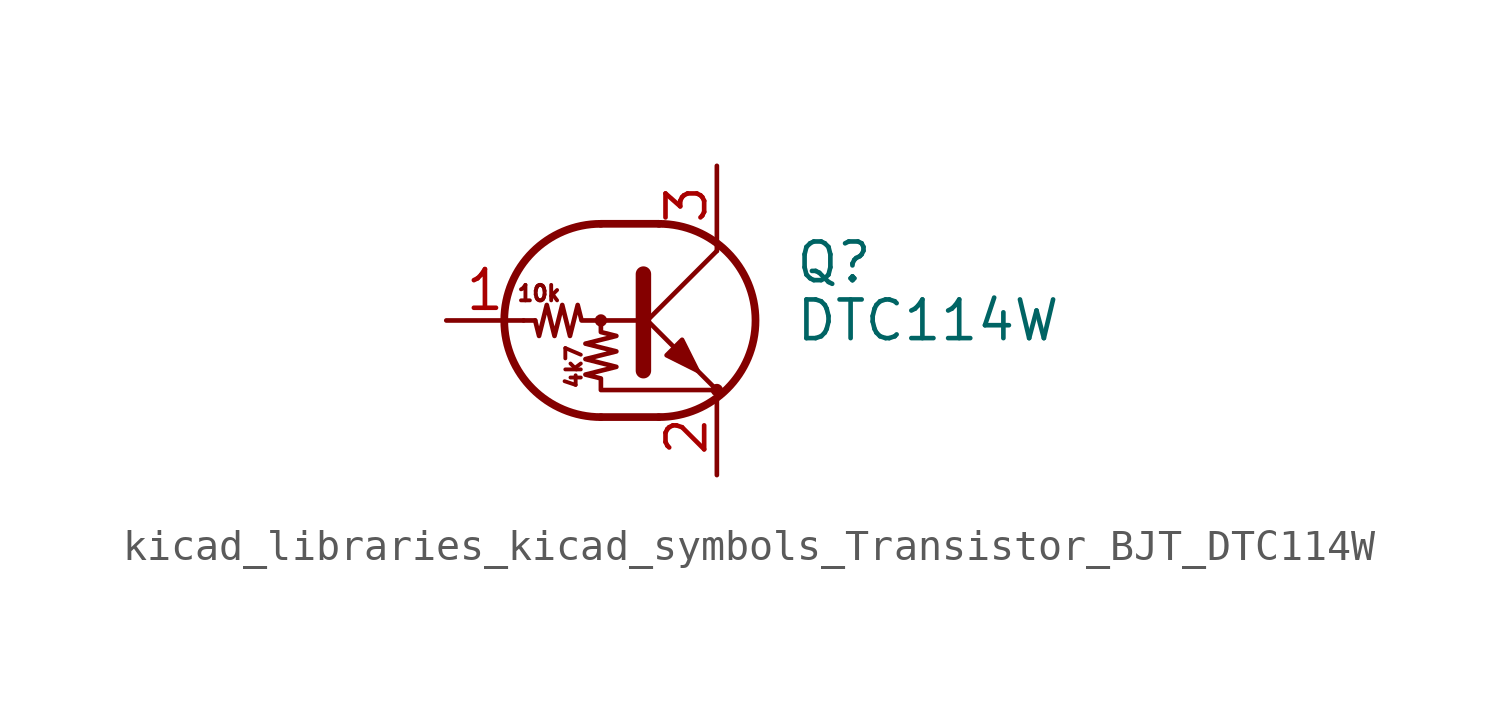
<source format=kicad_sym>
(kicad_symbol_lib
  (version 20220914)
  (generator kicad_symbol_editor)
  (symbol "kicad_libraries_kicad_symbols_Transistor_BJT_DTC114W"
    (pin_names
      (offset 0) hide)
    (property "Reference" "Q"
      (at 5.08 1.905 0)
      (effects (font (size 1.27 1.27)) (justify left)))
    (property "Value" "DTC114W"
      (at 5.08 0 0)
      (effects (font (size 1.27 1.27)) (justify left)))
    (symbol "kicad_libraries_kicad_symbols_Transistor_BJT_DTC114W_0_0"
      (text "10k" (at -3.302 0.889 0) (effects (font (size 0.508 0.508))))
      (text "4k7" (at -2.159 -1.524 900) (effects (font (size 0.508 0.508)))))
    (symbol "kicad_libraries_kicad_symbols_Transistor_BJT_DTC114W_0_1"
      (circle (center -1.27 0) (radius 0.127) (stroke (width 0) (type default)) (fill (type none)))
      (arc (start -1.27 3.175) (mid -4.4312 0) (end -1.27 -3.175) (stroke (width 0.254) (type default)) (fill (type none)))
      (polyline (pts (xy -3.429 0) (xy -3.81 0)) (stroke (width 0) (type default)) (fill (type none)))
      (polyline (pts (xy -1.27 -3.175) (xy 0.635 -3.175)) (stroke (width 0.254) (type default)) (fill (type none)))
      (polyline (pts (xy -1.27 3.175) (xy 0.635 3.175)) (stroke (width 0.254) (type default)) (fill (type none)))
      (polyline (pts (xy 0 -0.254) (xy 2.54 2.286)) (stroke (width 0) (type default)) (fill (type none)))
      (polyline (pts (xy 0.127 1.524) (xy 0.127 -1.651)) (stroke (width 0.508) (type default)) (fill (type outline)))
      (polyline (pts (xy 2.54 2.286) (xy 2.54 2.54)) (stroke (width 0) (type default)) (fill (type none)))
      (polyline (pts (xy 2.54 -2.286) (xy 0 0.254) (xy 0 0.254)) (stroke (width 0) (type default)) (fill (type none)))
      (polyline (pts (xy 0.889 -1.143) (xy 1.397 -0.635) (xy 1.905 -1.651) (xy 0.889 -1.143)) (stroke (width 0) (type default)) (fill (type outline)))
      (polyline (pts (xy 0 0) (xy -1.905 0) (xy -2.032 0.508) (xy -2.286 -0.508) (xy -2.54 0.508) (xy -2.794 -0.508) (xy -3.048 0.508) (xy -3.302 -0.508) (xy -3.429 0)) (stroke (width 0) (type default)) (fill (type none)))
      (polyline (pts (xy -1.27 0) (xy -1.27 -0.381) (xy -0.762 -0.508) (xy -1.778 -0.762) (xy -0.762 -1.016) (xy -1.778 -1.27) (xy -0.762 -1.524) (xy -1.778 -1.778) (xy -1.27 -1.905) (xy -1.27 -2.286) (xy 2.54 -2.286)) (stroke (width 0) (type default)) (fill (type none)))
      (arc (start 0.635 -3.175) (mid 3.7962 0) (end 0.635 3.175) (stroke (width 0.254) (type default)) (fill (type none)))
      (circle (center 2.54 -2.286) (radius 0.127) (stroke (width 0) (type default)) (fill (type none))))
    (symbol "kicad_libraries_kicad_symbols_Transistor_BJT_DTC114W_1_1"
      (pin input line (at -6.35 0 0) (length 2.54) (name "B" (effects (font (size 1.27 1.27)))) (number "1" (effects (font (size 1.27 1.27)))))
      (pin passive line (at 2.54 -5.08 90) (length 2.54) (name "E" (effects (font (size 1.27 1.27)))) (number "2" (effects (font (size 1.27 1.27)))))
      (pin passive line (at 2.54 5.08 270) (length 2.54) (name "C" (effects (font (size 1.27 1.27)))) (number "3" (effects (font (size 1.27 1.27))))))))
</source>
